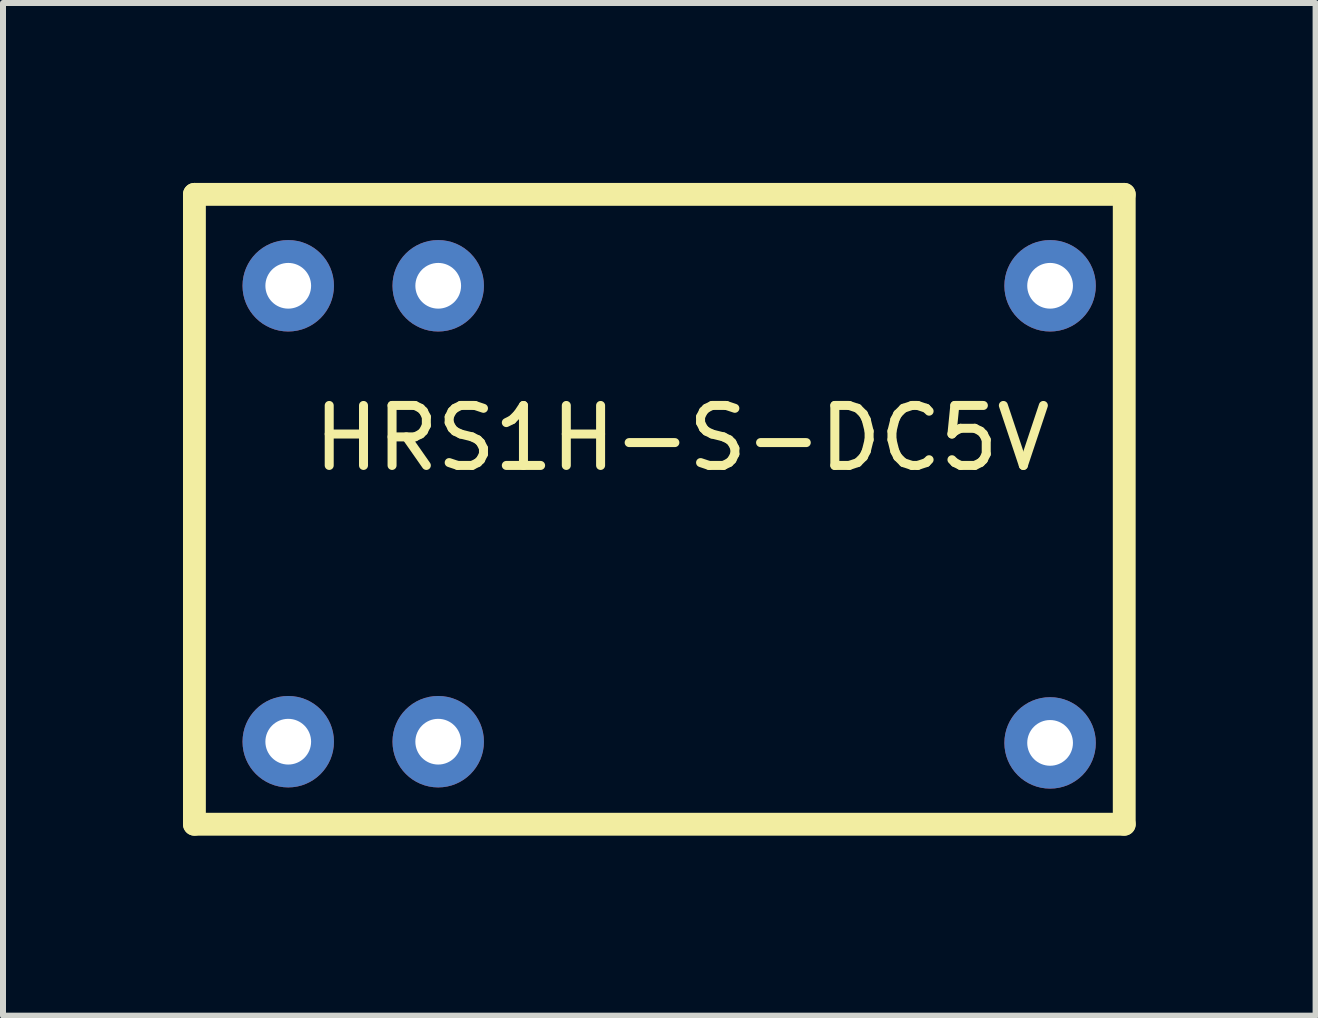
<source format=kicad_pcb>
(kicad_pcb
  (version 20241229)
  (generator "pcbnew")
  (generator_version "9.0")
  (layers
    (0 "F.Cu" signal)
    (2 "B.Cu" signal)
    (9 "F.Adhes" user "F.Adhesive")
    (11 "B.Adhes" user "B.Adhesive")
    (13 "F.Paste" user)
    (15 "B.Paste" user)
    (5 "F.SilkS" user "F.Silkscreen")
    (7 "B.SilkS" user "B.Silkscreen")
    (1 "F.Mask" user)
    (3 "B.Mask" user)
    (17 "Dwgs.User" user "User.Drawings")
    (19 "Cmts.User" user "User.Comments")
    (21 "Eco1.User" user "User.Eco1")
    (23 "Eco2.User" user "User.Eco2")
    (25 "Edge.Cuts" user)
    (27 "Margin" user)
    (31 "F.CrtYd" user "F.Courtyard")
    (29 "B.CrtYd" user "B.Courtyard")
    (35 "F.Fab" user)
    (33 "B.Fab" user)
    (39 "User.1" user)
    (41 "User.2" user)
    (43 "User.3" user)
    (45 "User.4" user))
  (footprint "HRS1H-S-DC5V"
    (layer "F.Cu")
    (at 4.255 1.714)
    (property "Reference" "HRS1H-S-DC5V" (at 4.064 2.54 0) (layer "F.SilkS") (effects (font (size 1 1) (thickness 0.15))))
    (attr through_hole)
    (fp_line (start -4.064 -1.524) (end -4.064 8.976) (stroke (width 0.381) (type solid)) (layer "F.SilkS"))
    (fp_line (start -4.064 -1.524) (end 11.436 -1.524) (stroke (width 0.381) (type solid)) (layer "F.SilkS"))
    (fp_line (start -4.064 8.976) (end 11.436 8.976) (stroke (width 0.381) (type solid)) (layer "F.SilkS"))
    (fp_line (start 11.436 8.976) (end 11.436 -1.524) (stroke (width 0.381) (type solid)) (layer "F.SilkS"))
    (pad "1" thru_hole circle (at 0 0) (size 1.524 1.524) (drill 0.762) (layers "*.Cu" "*.Mask"))
    (pad "2" thru_hole circle (at 0 7.6) (size 1.524 1.524) (drill 0.762) (layers "*.Cu" "*.Mask"))
    (pad "3" thru_hole circle (at 10.2 0) (size 1.524 1.524) (drill 0.762) (layers "*.Cu" "*.Mask"))
    (pad "3" thru_hole circle (at 10.2 7.62) (size 1.524 1.524) (drill 0.762) (layers "*.Cu" "*.Mask"))
    (pad "5" thru_hole circle (at -2.5 0) (size 1.524 1.524) (drill 0.762) (layers "*.Cu" "*.Mask"))
    (pad "6" thru_hole circle (at -2.5 7.6) (size 1.524 1.524) (drill 0.762) (layers "*.Cu" "*.Mask")))
  (gr_rect
    (start -3 -3)
    (end 18.881 13.881)
    (stroke (width 0.1) (type default))
    (fill no)
    (layer "Edge.Cuts")))
</source>
